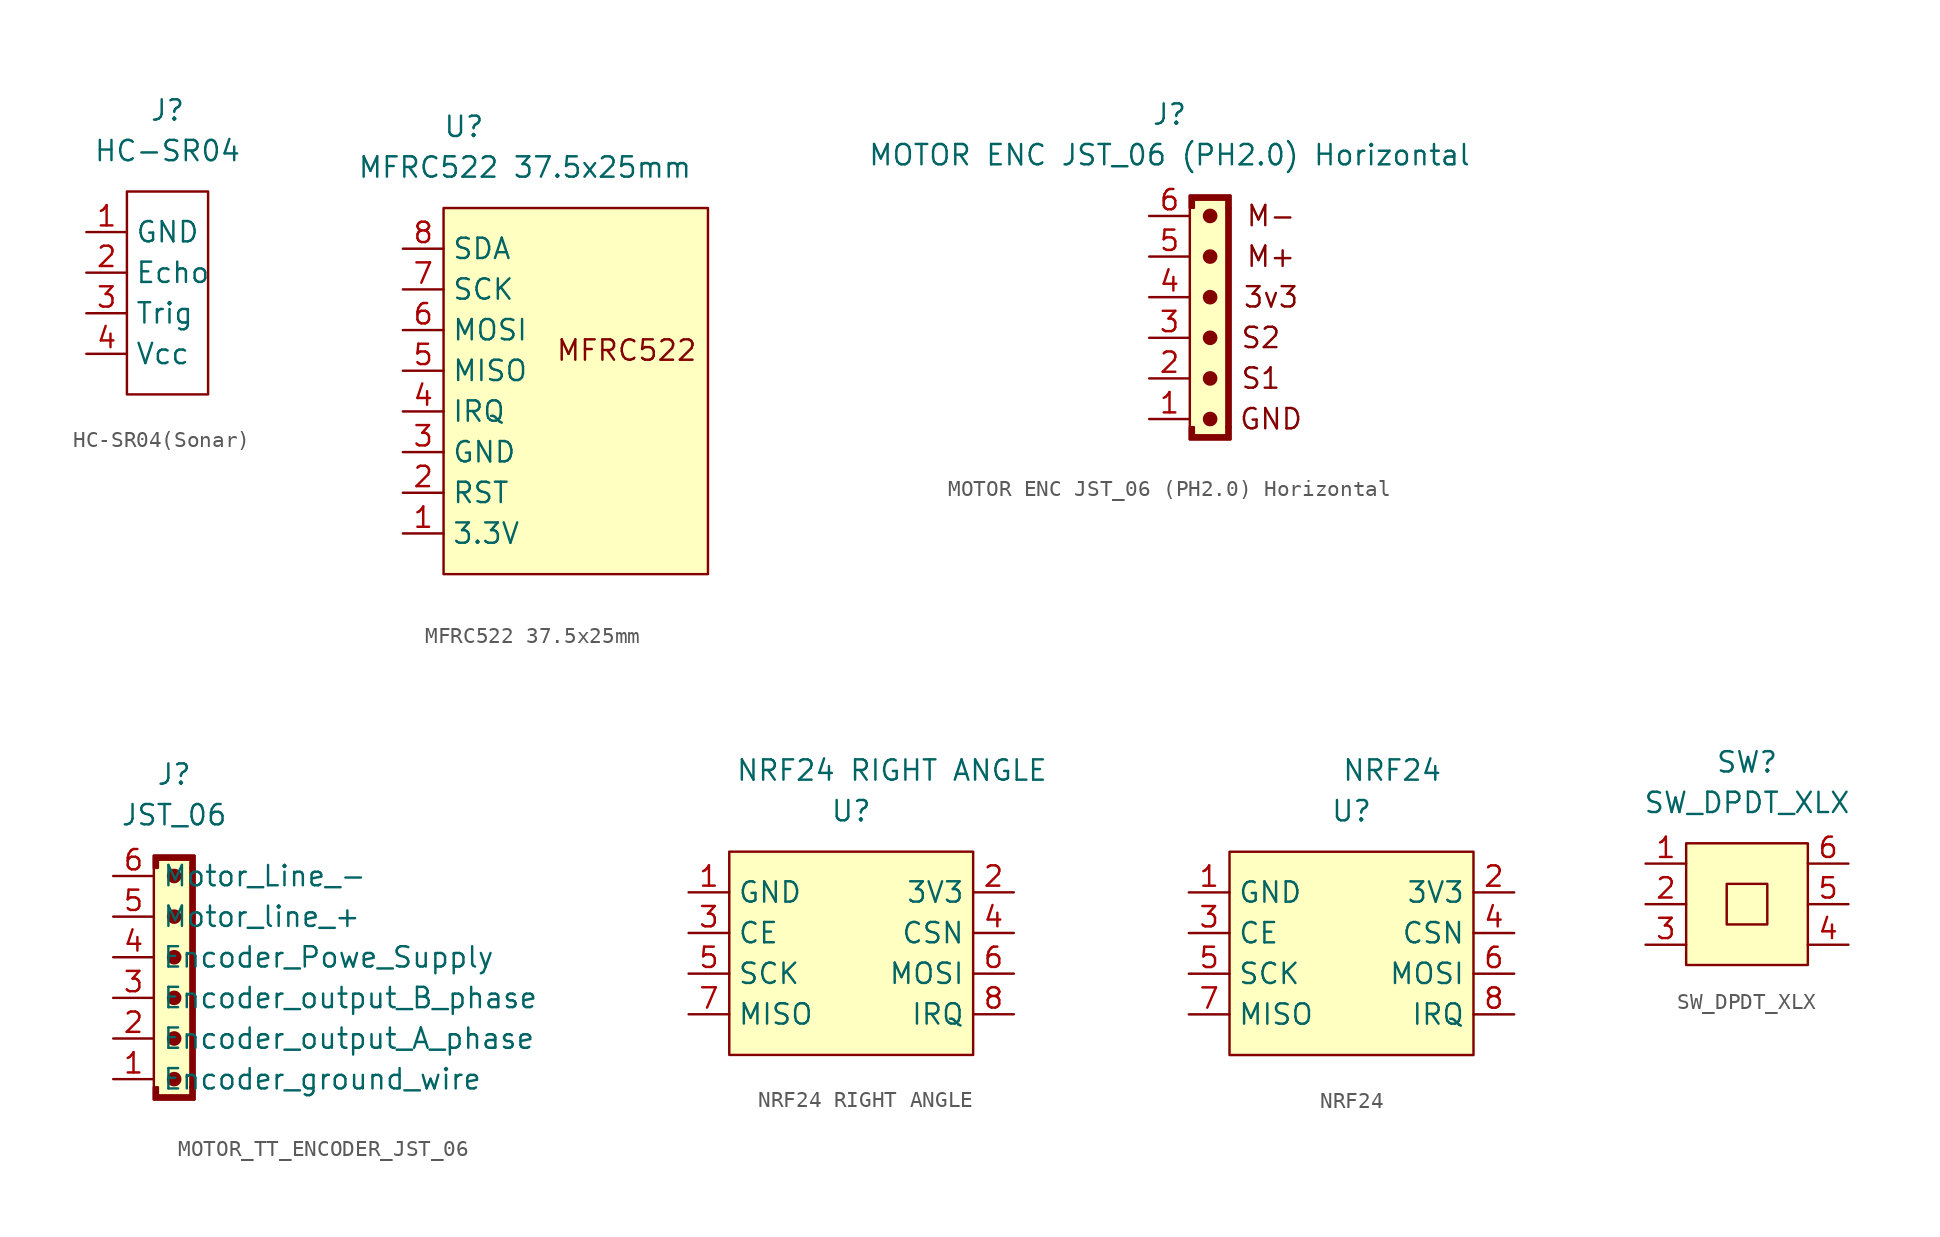
<source format=kicad_sym>
(kicad_symbol_lib
  (version 20220914)
  (generator kicad_symbol_editor)
  (symbol "HC-SR04(Sonar)"
    (property "Reference" "J"
      (at 2.54 15.24 0)
      (effects (font (size 1.27 1.27))))
    (property "Value" "HC-SR04"
      (at 2.54 12.7 0)
      (effects (font (size 1.27 1.27))))
    (symbol "HC-SR04(Sonar)_0_1"
      (rectangle (start 0 10.16) (end 5.08 -2.54) (stroke (width 0) (type default)) (fill (type none))))
    (symbol "HC-SR04(Sonar)_1_1"
      (pin power_in line (at -2.54 7.62 0) (length 2.54) (name "GND" (effects (font (size 1.27 1.27)))) (number "1" (effects (font (size 1.27 1.27)))))
      (pin input line (at -2.54 5.08 0) (length 2.54) (name "Echo" (effects (font (size 1.27 1.27)))) (number "2" (effects (font (size 1.27 1.27)))))
      (pin output line (at -2.54 2.54 0) (length 2.54) (name "Trig" (effects (font (size 1.27 1.27)))) (number "3" (effects (font (size 1.27 1.27)))))
      (pin power_in line (at -2.54 0 0) (length 2.54) (name "Vcc" (effects (font (size 1.27 1.27)))) (number "4" (effects (font (size 1.27 1.27)))))))
  (symbol "MFRC522 37.5x25mm"
    (property "Reference" "U"
      (at -6.35 16.51 0)
      (effects (font (size 1.27 1.27))))
    (property "Value" "MFRC522 37.5x25mm"
      (at -2.54 13.97 0)
      (effects (font (size 1.27 1.27))))
    (symbol "MFRC522 37.5x25mm_1_1"
      (rectangle (start -7.62 11.43) (end 8.89 -11.43) (stroke (width 0) (type default)) (fill (type background)))
      (text "MFRC522\n" (at 3.81 2.54 0) (effects (font (size 1.27 1.27))))
      (pin input line (at -10.16 -8.89 0) (length 2.54) (name "3.3V" (effects (font (size 1.27 1.27)))) (number "1" (effects (font (size 1.27 1.27)))))
      (pin input line (at -10.16 -6.35 0) (length 2.54) (name "RST" (effects (font (size 1.27 1.27)))) (number "2" (effects (font (size 1.27 1.27)))))
      (pin input line (at -10.16 -3.81 0) (length 2.54) (name "GND" (effects (font (size 1.27 1.27)))) (number "3" (effects (font (size 1.27 1.27)))))
      (pin input line (at -10.16 -1.27 0) (length 2.54) (name "IRQ" (effects (font (size 1.27 1.27)))) (number "4" (effects (font (size 1.27 1.27)))))
      (pin input line (at -10.16 1.27 0) (length 2.54) (name "MISO" (effects (font (size 1.27 1.27)))) (number "5" (effects (font (size 1.27 1.27)))))
      (pin input line (at -10.16 3.81 0) (length 2.54) (name "MOSI" (effects (font (size 1.27 1.27)))) (number "6" (effects (font (size 1.27 1.27)))))
      (pin input line (at -10.16 6.35 0) (length 2.54) (name "SCK" (effects (font (size 1.27 1.27)))) (number "7" (effects (font (size 1.27 1.27)))))
      (pin input line (at -10.16 8.89 0) (length 2.54) (name "SDA" (effects (font (size 1.27 1.27)))) (number "8" (effects (font (size 1.27 1.27)))))))
  (symbol "MOTOR ENC JST_06 (PH2.0) Horizontal"
    (property "Reference" "J"
      (at 3.81 21.59 0)
      (effects (font (size 1.27 1.27))))
    (property "Value" "MOTOR ENC JST_06 (PH2.0) Horizontal"
      (at 3.81 19.05 0)
      (effects (font (size 1.27 1.27))))
    (symbol "MOTOR ENC JST_06 (PH2.0) Horizontal_0_1"
      (polyline (pts (xy 5.08 2.032) (xy 5.08 1.27) (xy 7.62 1.27) (xy 7.62 2.032) (xy 7.366 2.032) (xy 7.366 1.524) (xy 5.334 1.524) (xy 5.334 2.032) (xy 5.08 2.032)) (stroke (width 0) (type default)) (fill (type outline)))
      (polyline (pts (xy 7.62 15.748) (xy 7.62 16.51) (xy 5.08 16.51) (xy 5.08 15.748) (xy 5.334 15.748) (xy 5.334 16.256) (xy 7.366 16.256) (xy 7.366 15.748) (xy 7.62 15.748)) (stroke (width 0) (type default)) (fill (type outline)))
      (rectangle (start 5.08 16.51) (end 7.62 1.27) (stroke (width 0) (type default)) (fill (type background)))
      (circle (center 6.35 2.54) (radius 0.381) (stroke (width 0) (type default)) (fill (type outline)))
      (circle (center 6.35 5.08) (radius 0.381) (stroke (width 0) (type default)) (fill (type outline)))
      (circle (center 6.35 7.62) (radius 0.381) (stroke (width 0) (type default)) (fill (type outline)))
      (circle (center 6.35 10.16) (radius 0.381) (stroke (width 0) (type default)) (fill (type outline)))
      (circle (center 6.35 12.7) (radius 0.381) (stroke (width 0) (type default)) (fill (type outline)))
      (circle (center 6.35 15.24) (radius 0.381) (stroke (width 0) (type default)) (fill (type outline)))
      (rectangle (start 7.366 2.032) (end 7.62 2.032) (stroke (width 0) (type default)) (fill (type none)))
      (rectangle (start 7.366 15.748) (end 7.62 2.032) (stroke (width 0) (type default)) (fill (type outline))))
    (symbol "MOTOR ENC JST_06 (PH2.0) Horizontal_1_1"
      (text "3v3" (at 10.16 10.16 0) (effects (font (size 1.27 1.27))))
      (text "GND" (at 10.16 2.54 0) (effects (font (size 1.27 1.27))))
      (text "M+" (at 10.16 12.7 0) (effects (font (size 1.27 1.27))))
      (text "M-" (at 10.16 15.24 0) (effects (font (size 1.27 1.27))))
      (text "S1" (at 9.525 5.08 0) (effects (font (size 1.27 1.27))))
      (text "S2" (at 9.525 7.62 0) (effects (font (size 1.27 1.27))))
      (pin input line (at 2.54 2.54 0) (length 2.54) (name "" (effects (font (size 1.27 1.27)))) (number "1" (effects (font (size 1.27 1.27)))))
      (pin output line (at 2.54 5.08 0) (length 2.54) (name "" (effects (font (size 1.27 1.27)))) (number "2" (effects (font (size 1.27 1.27)))))
      (pin output line (at 2.54 7.62 0) (length 2.54) (name "" (effects (font (size 1.27 1.27)))) (number "3" (effects (font (size 1.27 1.27)))))
      (pin input line (at 2.54 10.16 0) (length 2.54) (name "" (effects (font (size 1.27 1.27)))) (number "4" (effects (font (size 1.27 1.27)))))
      (pin input line (at 2.54 12.7 0) (length 2.54) (name "" (effects (font (size 1.27 1.27)))) (number "5" (effects (font (size 1.27 1.27)))))
      (pin input line (at 2.54 15.24 0) (length 2.54) (name "" (effects (font (size 1.27 1.27)))) (number "6" (effects (font (size 1.27 1.27)))))))
  (symbol "MOTOR_TT_ENCODER_JST_06"
    (property "Reference" "J"
      (at 3.81 21.59 0)
      (effects (font (size 1.27 1.27))))
    (property "Value" "JST_06"
      (at 3.81 19.05 0)
      (effects (font (size 1.27 1.27))))
    (symbol "MOTOR_TT_ENCODER_JST_06_0_1"
      (polyline (pts (xy 2.54 2.032) (xy 2.54 1.27) (xy 5.08 1.27) (xy 5.08 2.032) (xy 4.826 2.032) (xy 4.826 1.524) (xy 2.794 1.524) (xy 2.794 2.032) (xy 2.54 2.032)) (stroke (width 0) (type default)) (fill (type outline)))
      (polyline (pts (xy 5.08 15.748) (xy 5.08 16.51) (xy 2.54 16.51) (xy 2.54 15.748) (xy 2.794 15.748) (xy 2.794 16.256) (xy 4.826 16.256) (xy 4.826 15.748) (xy 5.08 15.748)) (stroke (width 0) (type default)) (fill (type outline)))
      (rectangle (start 2.54 16.51) (end 5.08 1.27) (stroke (width 0) (type default)) (fill (type background)))
      (circle (center 3.81 2.54) (radius 0.381) (stroke (width 0) (type default)) (fill (type outline)))
      (circle (center 3.81 5.08) (radius 0.381) (stroke (width 0) (type default)) (fill (type outline)))
      (circle (center 3.81 7.62) (radius 0.381) (stroke (width 0) (type default)) (fill (type outline)))
      (circle (center 3.81 10.16) (radius 0.381) (stroke (width 0) (type default)) (fill (type outline)))
      (circle (center 3.81 12.7) (radius 0.381) (stroke (width 0) (type default)) (fill (type outline)))
      (circle (center 3.81 15.24) (radius 0.381) (stroke (width 0) (type default)) (fill (type outline)))
      (rectangle (start 4.826 2.032) (end 5.08 2.032) (stroke (width 0) (type default)) (fill (type none)))
      (rectangle (start 4.826 15.748) (end 5.08 2.032) (stroke (width 0) (type default)) (fill (type outline))))
    (symbol "MOTOR_TT_ENCODER_JST_06_1_1"
      (pin input line (at 0 2.54 0) (length 2.54) (name "Encoder_ground_wire" (effects (font (size 1.27 1.27)))) (number "1" (effects (font (size 1.27 1.27)))))
      (pin output line (at 0 5.08 0) (length 2.54) (name "Encoder_output_A_phase" (effects (font (size 1.27 1.27)))) (number "2" (effects (font (size 1.27 1.27)))))
      (pin output line (at 0 7.62 0) (length 2.54) (name "Encoder_output_B_phase" (effects (font (size 1.27 1.27)))) (number "3" (effects (font (size 1.27 1.27)))))
      (pin input line (at 0 10.16 0) (length 2.54) (name "Encoder_Powe_Supply" (effects (font (size 1.27 1.27)))) (number "4" (effects (font (size 1.27 1.27)))))
      (pin input line (at 0 12.7 0) (length 2.54) (name "Motor_line_+" (effects (font (size 1.27 1.27)))) (number "5" (effects (font (size 1.27 1.27)))))
      (pin input line (at 0 15.24 0) (length 2.54) (name "Motor_Line_-" (effects (font (size 1.27 1.27)))) (number "6" (effects (font (size 1.27 1.27)))))))
  (symbol "NRF24 RIGHT ANGLE"
    (property "Reference" "U"
      (at 7.62 12.7 0)
      (effects (font (size 1.27 1.27))))
    (property "Value" "NRF24 RIGHT ANGLE"
      (at 10.16 15.24 0)
      (effects (font (size 1.27 1.27))))
    (symbol "NRF24 RIGHT ANGLE_1_1"
      (rectangle (start 0 10.16) (end 15.24 -2.54) (stroke (width 0) (type default)) (fill (type background)))
      (pin input line (at -2.54 7.62 0) (length 2.54) (name "GND" (effects (font (size 1.27 1.27)))) (number "1" (effects (font (size 1.27 1.27)))))
      (pin input line (at 17.78 7.62 180) (length 2.54) (name "3V3" (effects (font (size 1.27 1.27)))) (number "2" (effects (font (size 1.27 1.27)))))
      (pin input line (at -2.54 5.08 0) (length 2.54) (name "CE" (effects (font (size 1.27 1.27)))) (number "3" (effects (font (size 1.27 1.27)))))
      (pin input line (at 17.78 5.08 180) (length 2.54) (name "CSN" (effects (font (size 1.27 1.27)))) (number "4" (effects (font (size 1.27 1.27)))))
      (pin input line (at -2.54 2.54 0) (length 2.54) (name "SCK" (effects (font (size 1.27 1.27)))) (number "5" (effects (font (size 1.27 1.27)))))
      (pin input line (at 17.78 2.54 180) (length 2.54) (name "MOSI" (effects (font (size 1.27 1.27)))) (number "6" (effects (font (size 1.27 1.27)))))
      (pin input line (at -2.54 0 0) (length 2.54) (name "MISO" (effects (font (size 1.27 1.27)))) (number "7" (effects (font (size 1.27 1.27)))))
      (pin input line (at 17.78 0 180) (length 2.54) (name "IRQ" (effects (font (size 1.27 1.27)))) (number "8" (effects (font (size 1.27 1.27)))))))
  (symbol "NRF24"
    (property "Reference" "U"
      (at 7.62 12.7 0)
      (effects (font (size 1.27 1.27))))
    (property "Value" "NRF24"
      (at 10.16 15.24 0)
      (effects (font (size 1.27 1.27))))
    (symbol "NRF24_1_1"
      (rectangle (start 0 10.16) (end 15.24 -2.54) (stroke (width 0) (type default)) (fill (type background)))
      (pin input line (at -2.54 7.62 0) (length 2.54) (name "GND" (effects (font (size 1.27 1.27)))) (number "1" (effects (font (size 1.27 1.27)))))
      (pin input line (at 17.78 7.62 180) (length 2.54) (name "3V3" (effects (font (size 1.27 1.27)))) (number "2" (effects (font (size 1.27 1.27)))))
      (pin input line (at -2.54 5.08 0) (length 2.54) (name "CE" (effects (font (size 1.27 1.27)))) (number "3" (effects (font (size 1.27 1.27)))))
      (pin input line (at 17.78 5.08 180) (length 2.54) (name "CSN" (effects (font (size 1.27 1.27)))) (number "4" (effects (font (size 1.27 1.27)))))
      (pin input line (at -2.54 2.54 0) (length 2.54) (name "SCK" (effects (font (size 1.27 1.27)))) (number "5" (effects (font (size 1.27 1.27)))))
      (pin input line (at 17.78 2.54 180) (length 2.54) (name "MOSI" (effects (font (size 1.27 1.27)))) (number "6" (effects (font (size 1.27 1.27)))))
      (pin input line (at -2.54 0 0) (length 2.54) (name "MISO" (effects (font (size 1.27 1.27)))) (number "7" (effects (font (size 1.27 1.27)))))
      (pin input line (at 17.78 0 180) (length 2.54) (name "IRQ" (effects (font (size 1.27 1.27)))) (number "8" (effects (font (size 1.27 1.27)))))))
  (symbol "SW_DPDT_XLX"
    (pin_names
      (offset 1.016))
    (property "Reference" "SW"
      (at 0 8.89 0)
      (effects (font (size 1.27 1.27))))
    (property "Value" "SW_DPDT_XLX"
      (at 0 6.35 0)
      (effects (font (size 1.27 1.27))))
    (symbol "SW_DPDT_XLX_0_1"
      (polyline (pts (xy 1.27 -1.27) (xy -1.27 -1.27) (xy -1.27 1.27) (xy 1.27 1.27) (xy 1.27 -1.27)) (stroke (width 0) (type solid)) (fill (type none)))
      (rectangle (start 3.81 -3.81) (end -3.81 3.81) (stroke (width 0) (type solid)) (fill (type background))))
    (symbol "SW_DPDT_XLX_1_1"
      (pin input line (at -6.35 2.54 0) (length 2.54) (name "~" (effects (font (size 1.27 1.27)))) (number "1" (effects (font (size 1.27 1.27)))))
      (pin input line (at -6.35 0 0) (length 2.54) (name "~" (effects (font (size 1.27 1.27)))) (number "2" (effects (font (size 1.27 1.27)))))
      (pin input line (at -6.35 -2.54 0) (length 2.54) (name "~" (effects (font (size 1.27 1.27)))) (number "3" (effects (font (size 1.27 1.27)))))
      (pin input line (at 6.35 -2.54 180) (length 2.54) (name "~" (effects (font (size 1.27 1.27)))) (number "4" (effects (font (size 1.27 1.27)))))
      (pin input line (at 6.35 0 180) (length 2.54) (name "~" (effects (font (size 1.27 1.27)))) (number "5" (effects (font (size 1.27 1.27)))))
      (pin input line (at 6.35 2.54 180) (length 2.54) (name "~" (effects (font (size 1.27 1.27)))) (number "6" (effects (font (size 1.27 1.27))))))))
</source>
